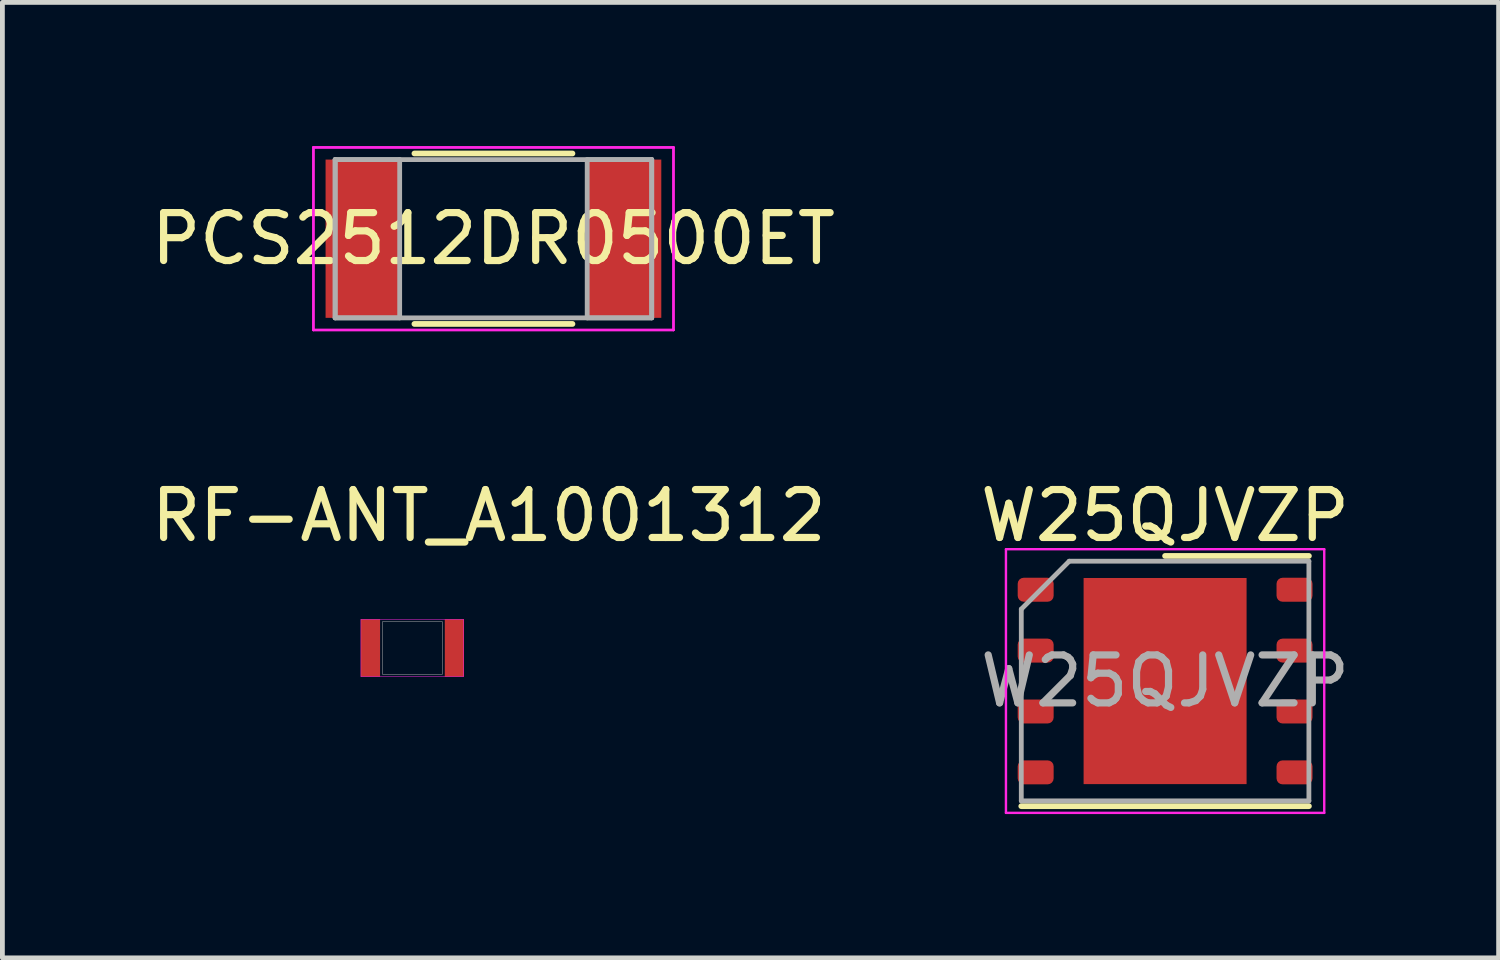
<source format=kicad_pcb>
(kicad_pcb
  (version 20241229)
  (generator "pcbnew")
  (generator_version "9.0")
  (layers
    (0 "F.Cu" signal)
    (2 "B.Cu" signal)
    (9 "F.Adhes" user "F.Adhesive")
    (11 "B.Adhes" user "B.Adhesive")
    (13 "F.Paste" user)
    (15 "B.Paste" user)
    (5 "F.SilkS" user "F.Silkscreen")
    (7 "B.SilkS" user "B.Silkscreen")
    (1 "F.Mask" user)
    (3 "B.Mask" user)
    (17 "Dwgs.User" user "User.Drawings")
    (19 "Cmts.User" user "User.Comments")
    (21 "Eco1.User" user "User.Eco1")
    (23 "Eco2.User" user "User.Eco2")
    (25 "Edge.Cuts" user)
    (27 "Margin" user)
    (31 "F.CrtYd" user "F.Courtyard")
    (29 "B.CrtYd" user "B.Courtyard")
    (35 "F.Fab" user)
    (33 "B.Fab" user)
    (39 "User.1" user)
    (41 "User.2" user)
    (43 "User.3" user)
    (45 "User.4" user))
  (footprint "RF-ANT_A1001312"
    (layer "F.Cu")
    (at 4.479 9.868)
    (property "Reference" "RF-ANT_A1001312" (at 2.67 -2.16 0) (unlocked yes) (layer "F.SilkS") (effects (font (size 1 1) (thickness 0.15))))
    (fp_rect (start 0 0) (end 2.14 1.2) (stroke (width 0.01) (type solid)) (fill no) (layer "F.CrtYd"))
    (fp_rect (start 0.45 0.05) (end 1.7 1.15) (stroke (width 0.01) (type solid)) (fill no) (layer "F.Fab"))
    (pad "1" smd rect (at 0.2 0.6) (size 0.4 1.2) (layers "F.Cu" "F.Mask" "F.Paste"))
    (pad "2" smd rect (at 1.95 0.6) (size 0.4 1.2) (layers "F.Cu" "F.Mask" "F.Paste")))
  (footprint "W25QJVZP"
    (layer "F.Cu")
    (at 21.256 11.158)
    (property "Reference" "W25QJVZP" (at 0 -3.45 0) (layer "F.SilkS") (effects (font (size 1 1) (thickness 0.15))))
    (attr smd)
    (fp_line (start -3 2.61) (end 3 2.61) (stroke (width 0.12) (type solid)) (layer "F.SilkS"))
    (fp_line (start 0 -2.61) (end 3 -2.61) (stroke (width 0.12) (type solid)) (layer "F.SilkS"))
    (fp_line (start -3.32 -2.75) (end -3.32 2.75) (stroke (width 0.05) (type solid)) (layer "F.CrtYd"))
    (fp_line (start -3.32 2.75) (end 3.32 2.75) (stroke (width 0.05) (type solid)) (layer "F.CrtYd"))
    (fp_line (start 3.32 -2.75) (end -3.32 -2.75) (stroke (width 0.05) (type solid)) (layer "F.CrtYd"))
    (fp_line (start 3.32 2.75) (end 3.32 -2.75) (stroke (width 0.05) (type solid)) (layer "F.CrtYd"))
    (fp_line (start -3 -1.5) (end -2 -2.5) (stroke (width 0.1) (type solid)) (layer "F.Fab"))
    (fp_line (start -3 2.5) (end -3 -1.5) (stroke (width 0.1) (type solid)) (layer "F.Fab"))
    (fp_line (start -2 -2.5) (end 3 -2.5) (stroke (width 0.1) (type solid)) (layer "F.Fab"))
    (fp_line (start 3 -2.5) (end 3 2.5) (stroke (width 0.1) (type solid)) (layer "F.Fab"))
    (fp_line (start 3 2.5) (end -3 2.5) (stroke (width 0.1) (type solid)) (layer "F.Fab"))
    (fp_text user "${REFERENCE}" (at 0 0 0) (layer "F.Fab") (effects (font (size 1 1) (thickness 0.15))))
    (pad "" smd roundrect (at -0.85 -1.075) (size 1.37 1.73) (layers "F.Paste") (roundrect_rratio 0.182))
    (pad "" smd roundrect (at -0.85 1.075) (size 1.37 1.73) (layers "F.Paste") (roundrect_rratio 0.182))
    (pad "" smd roundrect (at 0.85 -1.075) (size 1.37 1.73) (layers "F.Paste") (roundrect_rratio 0.182))
    (pad "" smd roundrect (at 0.85 1.075) (size 1.37 1.73) (layers "F.Paste") (roundrect_rratio 0.182))
    (pad "1" smd roundrect (at -2.7 -1.905) (size 0.75 0.5) (layers "F.Cu" "F.Mask" "F.Paste") (roundrect_rratio 0.25))
    (pad "2" smd roundrect (at -2.7 -0.635) (size 0.75 0.5) (layers "F.Cu" "F.Mask" "F.Paste") (roundrect_rratio 0.25))
    (pad "3" smd roundrect (at -2.7 0.635) (size 0.75 0.5) (layers "F.Cu" "F.Mask" "F.Paste") (roundrect_rratio 0.25))
    (pad "4" smd roundrect (at -2.7 1.905) (size 0.75 0.5) (layers "F.Cu" "F.Mask" "F.Paste") (roundrect_rratio 0.25))
    (pad "5" smd roundrect (at 2.7 1.905) (size 0.75 0.5) (layers "F.Cu" "F.Mask" "F.Paste") (roundrect_rratio 0.25))
    (pad "6" smd roundrect (at 2.7 0.635) (size 0.75 0.5) (layers "F.Cu" "F.Mask" "F.Paste") (roundrect_rratio 0.25))
    (pad "7" smd roundrect (at 2.7 -0.635) (size 0.75 0.5) (layers "F.Cu" "F.Mask" "F.Paste") (roundrect_rratio 0.25))
    (pad "8" smd roundrect (at 2.7 -1.905) (size 0.75 0.5) (layers "F.Cu" "F.Mask" "F.Paste") (roundrect_rratio 0.25))
    (pad "9" smd rect (at 0 0) (size 3.4 4.3) (layers "F.Cu" "F.Mask")))
  (footprint "PCS2512DR0500ET"
    (layer "F.Cu")
    (at 7.244 1.93)
    (property "Reference" "PCS2512DR0500ET" (at 0 0 0) (layer "F.SilkS") (effects (font (size 1 1) (thickness 0.15))))
    (attr smd)
    (fp_line (start -1.648 1.778) (end 1.648 1.778) (stroke (width 0.12) (type solid)) (layer "F.SilkS"))
    (fp_line (start 1.648 -1.778) (end -1.648 -1.778) (stroke (width 0.12) (type solid)) (layer "F.SilkS"))
    (fp_line (start -3.756 -1.905) (end 3.756 -1.905) (stroke (width 0.05) (type solid)) (layer "F.CrtYd"))
    (fp_line (start -3.756 -1.905) (end 3.756 -1.905) (stroke (width 0.05) (type solid)) (layer "F.CrtYd"))
    (fp_line (start -3.756 1.905) (end -3.756 -1.905) (stroke (width 0.05) (type solid)) (layer "F.CrtYd"))
    (fp_line (start -3.756 1.905) (end -3.756 -1.905) (stroke (width 0.05) (type solid)) (layer "F.CrtYd"))
    (fp_line (start 3.756 -1.905) (end 3.756 1.905) (stroke (width 0.05) (type solid)) (layer "F.CrtYd"))
    (fp_line (start 3.756 -1.905) (end 3.756 1.905) (stroke (width 0.05) (type solid)) (layer "F.CrtYd"))
    (fp_line (start 3.756 1.905) (end -3.756 1.905) (stroke (width 0.05) (type solid)) (layer "F.CrtYd"))
    (fp_line (start 3.756 1.905) (end -3.756 1.905) (stroke (width 0.05) (type solid)) (layer "F.CrtYd"))
    (fp_line (start -3.302 -1.651) (end -3.302 1.651) (stroke (width 0.1) (type solid)) (layer "F.Fab"))
    (fp_line (start -3.302 -1.651) (end -3.302 1.651) (stroke (width 0.1) (type solid)) (layer "F.Fab"))
    (fp_line (start -3.302 1.651) (end -1.956 1.651) (stroke (width 0.1) (type solid)) (layer "F.Fab"))
    (fp_line (start -3.302 1.651) (end 3.302 1.651) (stroke (width 0.1) (type solid)) (layer "F.Fab"))
    (fp_line (start -1.956 -1.651) (end -3.302 -1.651) (stroke (width 0.1) (type solid)) (layer "F.Fab"))
    (fp_line (start -1.956 1.651) (end -1.956 -1.651) (stroke (width 0.1) (type solid)) (layer "F.Fab"))
    (fp_line (start 1.956 -1.651) (end 1.956 1.651) (stroke (width 0.1) (type solid)) (layer "F.Fab"))
    (fp_line (start 1.956 1.651) (end 3.302 1.651) (stroke (width 0.1) (type solid)) (layer "F.Fab"))
    (fp_line (start 3.302 -1.651) (end -3.302 -1.651) (stroke (width 0.1) (type solid)) (layer "F.Fab"))
    (fp_line (start 3.302 -1.651) (end 1.956 -1.651) (stroke (width 0.1) (type solid)) (layer "F.Fab"))
    (fp_line (start 3.302 1.651) (end 3.302 -1.651) (stroke (width 0.1) (type solid)) (layer "F.Fab"))
    (fp_line (start 3.302 1.651) (end 3.302 -1.651) (stroke (width 0.1) (type solid)) (layer "F.Fab"))
    (pad "1" smd rect (at -2.729 0) (size 1.546 3.302) (layers "F.Cu" "F.Mask" "F.Paste"))
    (pad "2" smd rect (at 2.729 0) (size 1.546 3.302) (layers "F.Cu" "F.Mask" "F.Paste")))
  (gr_rect
    (start -3 -3)
    (end 28.214 16.933)
    (stroke (width 0.1) (type default))
    (fill no)
    (layer "Edge.Cuts")))
</source>
